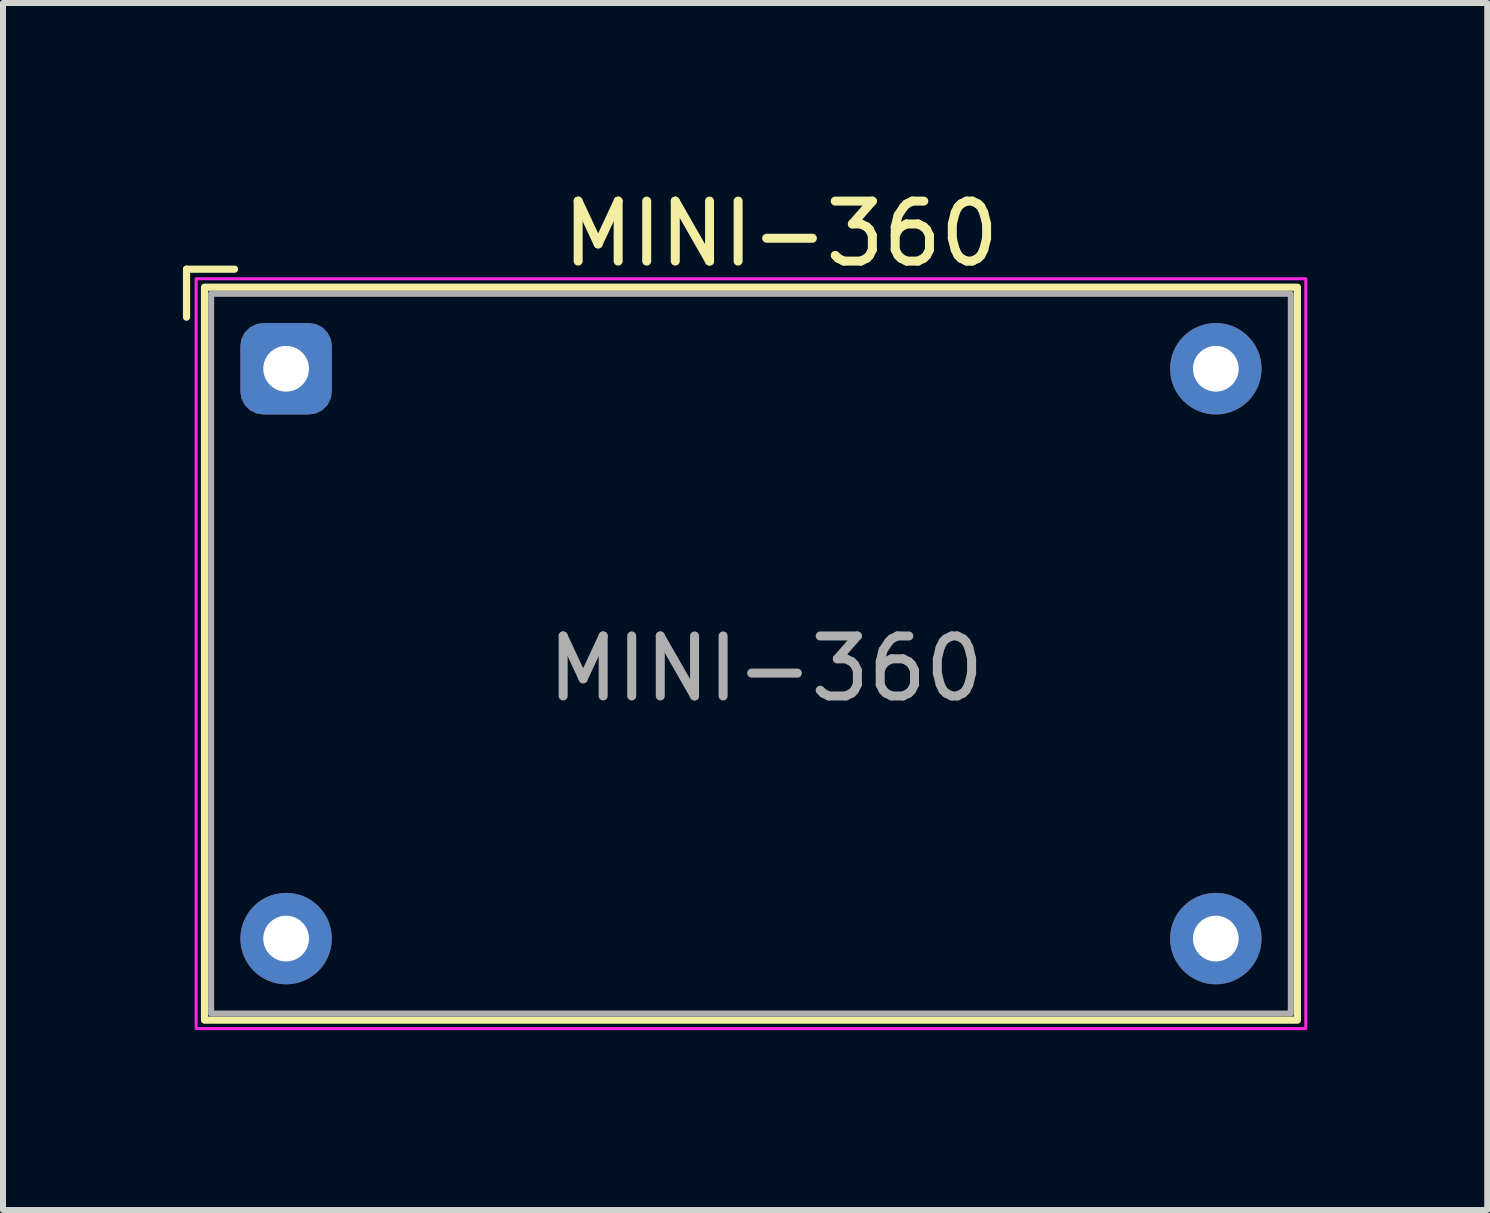
<source format=kicad_pcb>
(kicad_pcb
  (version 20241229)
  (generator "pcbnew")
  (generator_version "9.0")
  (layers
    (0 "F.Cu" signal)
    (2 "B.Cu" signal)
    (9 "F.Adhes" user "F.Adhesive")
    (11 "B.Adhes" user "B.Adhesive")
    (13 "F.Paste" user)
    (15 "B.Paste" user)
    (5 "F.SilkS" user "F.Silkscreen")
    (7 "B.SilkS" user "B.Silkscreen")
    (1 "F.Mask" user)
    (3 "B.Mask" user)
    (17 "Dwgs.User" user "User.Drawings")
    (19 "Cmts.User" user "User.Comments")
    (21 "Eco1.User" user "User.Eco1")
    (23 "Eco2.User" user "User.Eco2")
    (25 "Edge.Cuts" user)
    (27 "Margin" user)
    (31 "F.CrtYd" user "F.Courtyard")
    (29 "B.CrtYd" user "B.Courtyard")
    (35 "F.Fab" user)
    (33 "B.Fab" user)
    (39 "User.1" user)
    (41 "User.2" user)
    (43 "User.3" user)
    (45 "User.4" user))
  (footprint "MINI-360"
    (layer "F.Cu")
    (at 1.72 3.098)
    (property "Reference" "MINI-360" (at 8.25 -2.25 0) (unlocked yes) (layer "F.SilkS") (effects (font (size 1 1) (thickness 0.15))))
    (attr through_hole)
    (fp_line (start -1.66 -1.66) (end -0.86 -1.66) (stroke (width 0.12) (type default)) (layer "F.SilkS"))
    (fp_line (start -1.66 -0.86) (end -1.66 -1.66) (stroke (width 0.12) (type default)) (layer "F.SilkS"))
    (fp_rect (start -1.36 -1.36) (end 16.86 10.86) (stroke (width 0.12) (type default)) (fill no) (layer "F.SilkS"))
    (fp_rect (start -1.5 -1.5) (end 17 11) (stroke (width 0.05) (type default)) (fill no) (layer "F.CrtYd"))
    (fp_rect (start -1.25 -1.25) (end 16.75 10.75) (stroke (width 0.1) (type default)) (fill no) (layer "F.Fab"))
    (fp_text user "${REFERENCE}" (at 8 5 0) (unlocked yes) (layer "F.Fab") (effects (font (size 1 1) (thickness 0.15))))
    (pad "1" thru_hole roundrect (at 0 0) (size 1.524 1.524) (drill 0.762) (layers "*.Cu" "*.Mask") (roundrect_rratio 0.25))
    (pad "2" thru_hole circle (at 0 9.5) (size 1.524 1.524) (drill 0.762) (layers "*.Cu" "*.Mask"))
    (pad "3" thru_hole circle (at 15.5 0) (size 1.524 1.524) (drill 0.762) (layers "*.Cu" "*.Mask"))
    (pad "4" thru_hole circle (at 15.5 9.5) (size 1.524 1.524) (drill 0.762) (layers "*.Cu" "*.Mask")))
  (gr_rect
    (start -3 -3)
    (end 21.745 17.123)
    (stroke (width 0.1) (type default))
    (fill no)
    (layer "Edge.Cuts")))
</source>
